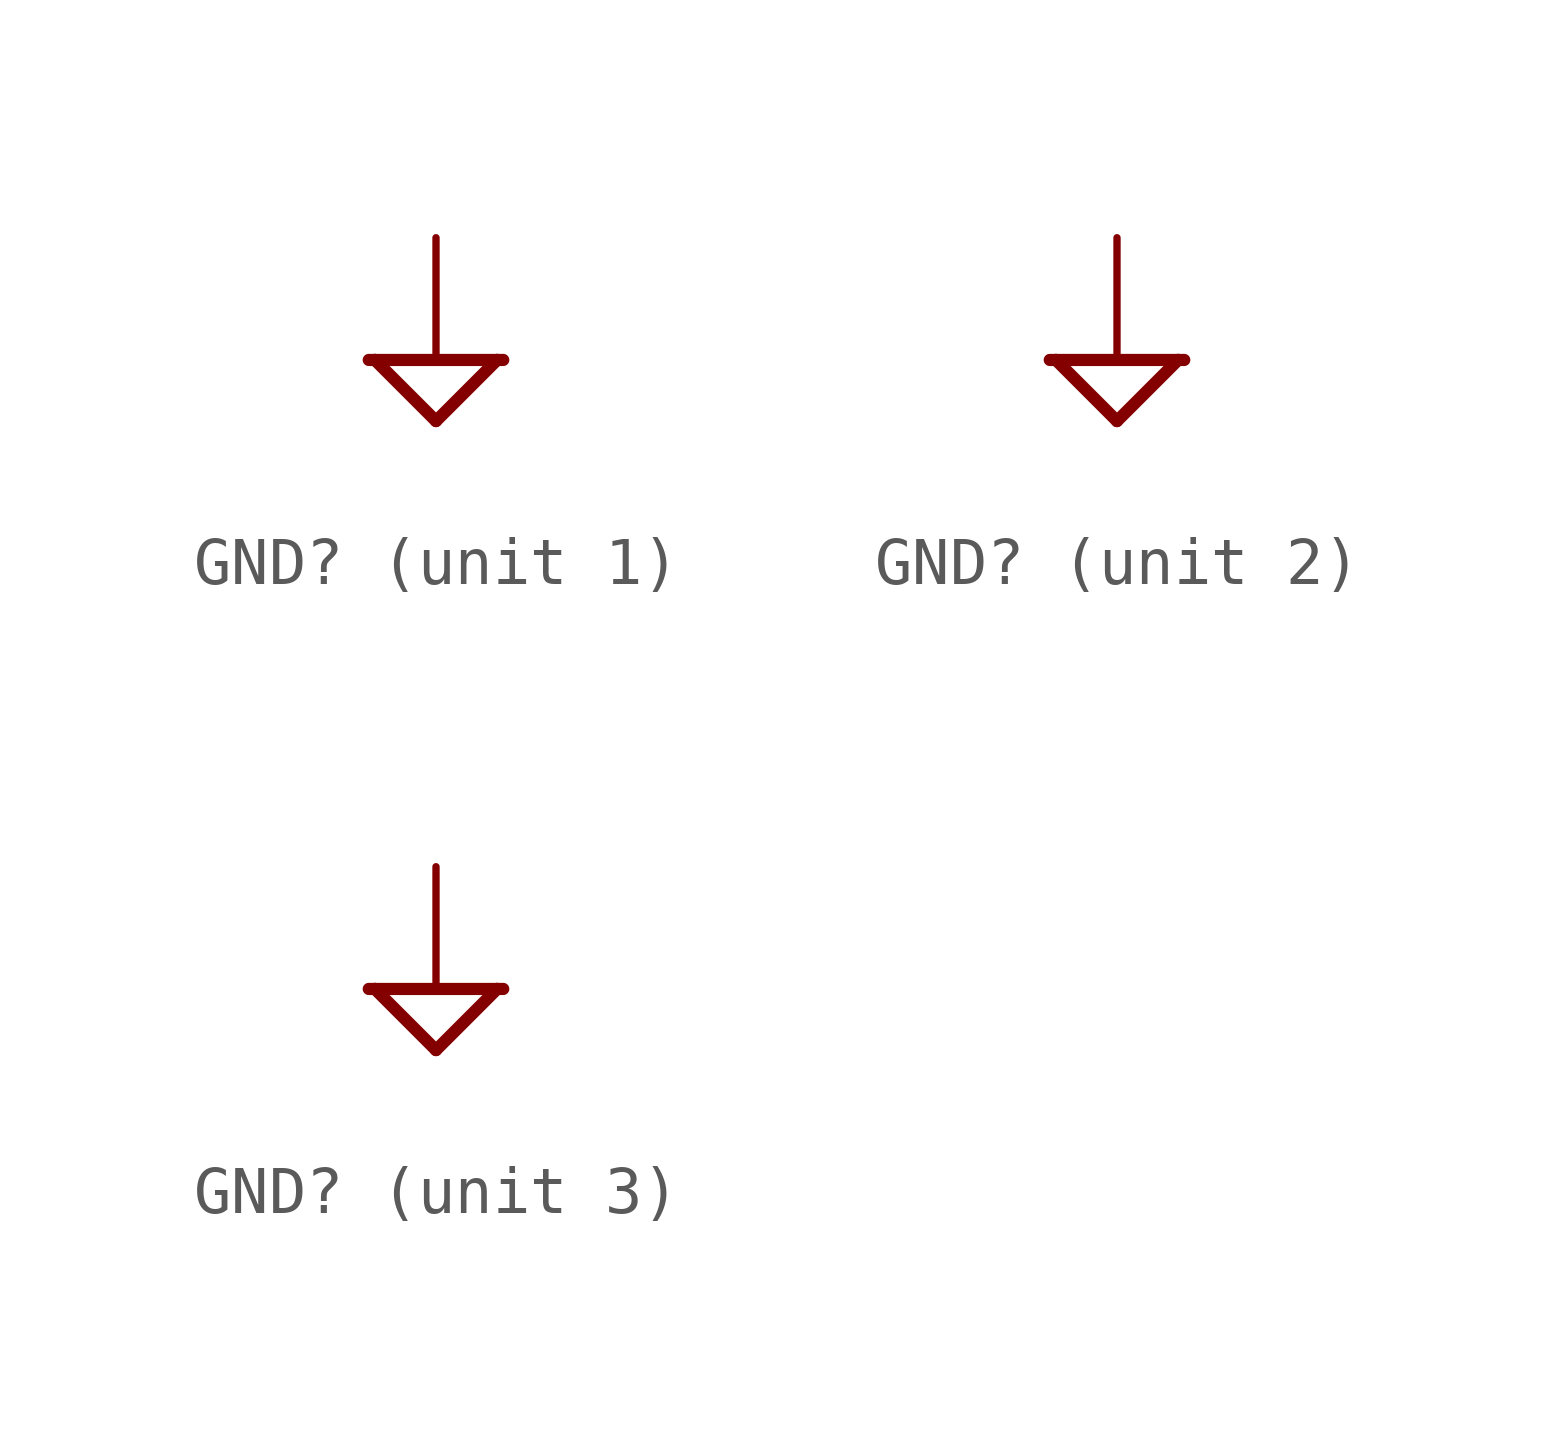
<source format=kicad_sym>
(kicad_symbol_lib
  (version 20220914)
  (generator kicad_symbol_editor)
  (symbol "GND?"
    (property "Reference" "#SUPPLY"
      (at 0 0 0)
      (effects (font (size 1.27 1.27)) hide))
    (property "Value" ""
      (at 0 -2.54 0)
      (effects (font (size 1.524 1.295))))
    (property "ki_locked" ""
      (at 0 0 0)
      (effects (font (size 1.27 1.27))))
    (symbol "GND?_1_0"
      (polyline (pts (xy -1.397 0) (xy -1.27 0)) (stroke (width 0.254) (type solid)) (fill (type none)))
      (polyline (pts (xy -1.27 0) (xy 1.27 0)) (stroke (width 0.254) (type solid)) (fill (type none)))
      (polyline (pts (xy 0 -1.27) (xy -1.27 0)) (stroke (width 0.254) (type solid)) (fill (type none)))
      (polyline (pts (xy 1.27 0) (xy 0 -1.27)) (stroke (width 0.254) (type solid)) (fill (type none)))
      (polyline (pts (xy 1.27 0) (xy 1.397 0)) (stroke (width 0.254) (type solid)) (fill (type none)))
      (pin power_in line (at 0 2.54 270) (length 2.54) (name "GND" (effects (font (size 0 0)))) (number "1" (effects (font (size 0 0))))))
    (symbol "GND?_2_0"
      (polyline (pts (xy -1.397 0) (xy -1.27 0)) (stroke (width 0.254) (type solid)) (fill (type none)))
      (polyline (pts (xy -1.27 0) (xy 1.27 0)) (stroke (width 0.254) (type solid)) (fill (type none)))
      (polyline (pts (xy 0 -1.27) (xy -1.27 0)) (stroke (width 0.254) (type solid)) (fill (type none)))
      (polyline (pts (xy 1.27 0) (xy 0 -1.27)) (stroke (width 0.254) (type solid)) (fill (type none)))
      (polyline (pts (xy 1.27 0) (xy 1.397 0)) (stroke (width 0.254) (type solid)) (fill (type none)))
      (pin power_in line (at 0 2.54 270) (length 2.54) (name "GND" (effects (font (size 0 0)))) (number "1" (effects (font (size 0 0))))))
    (symbol "GND?_3_0"
      (polyline (pts (xy -1.397 0) (xy -1.27 0)) (stroke (width 0.254) (type solid)) (fill (type none)))
      (polyline (pts (xy -1.27 0) (xy 1.27 0)) (stroke (width 0.254) (type solid)) (fill (type none)))
      (polyline (pts (xy 0 -1.27) (xy -1.27 0)) (stroke (width 0.254) (type solid)) (fill (type none)))
      (polyline (pts (xy 1.27 0) (xy 0 -1.27)) (stroke (width 0.254) (type solid)) (fill (type none)))
      (polyline (pts (xy 1.27 0) (xy 1.397 0)) (stroke (width 0.254) (type solid)) (fill (type none)))
      (pin power_in line (at 0 2.54 270) (length 2.54) (name "GND" (effects (font (size 0 0)))) (number "1" (effects (font (size 0 0))))))))
</source>
